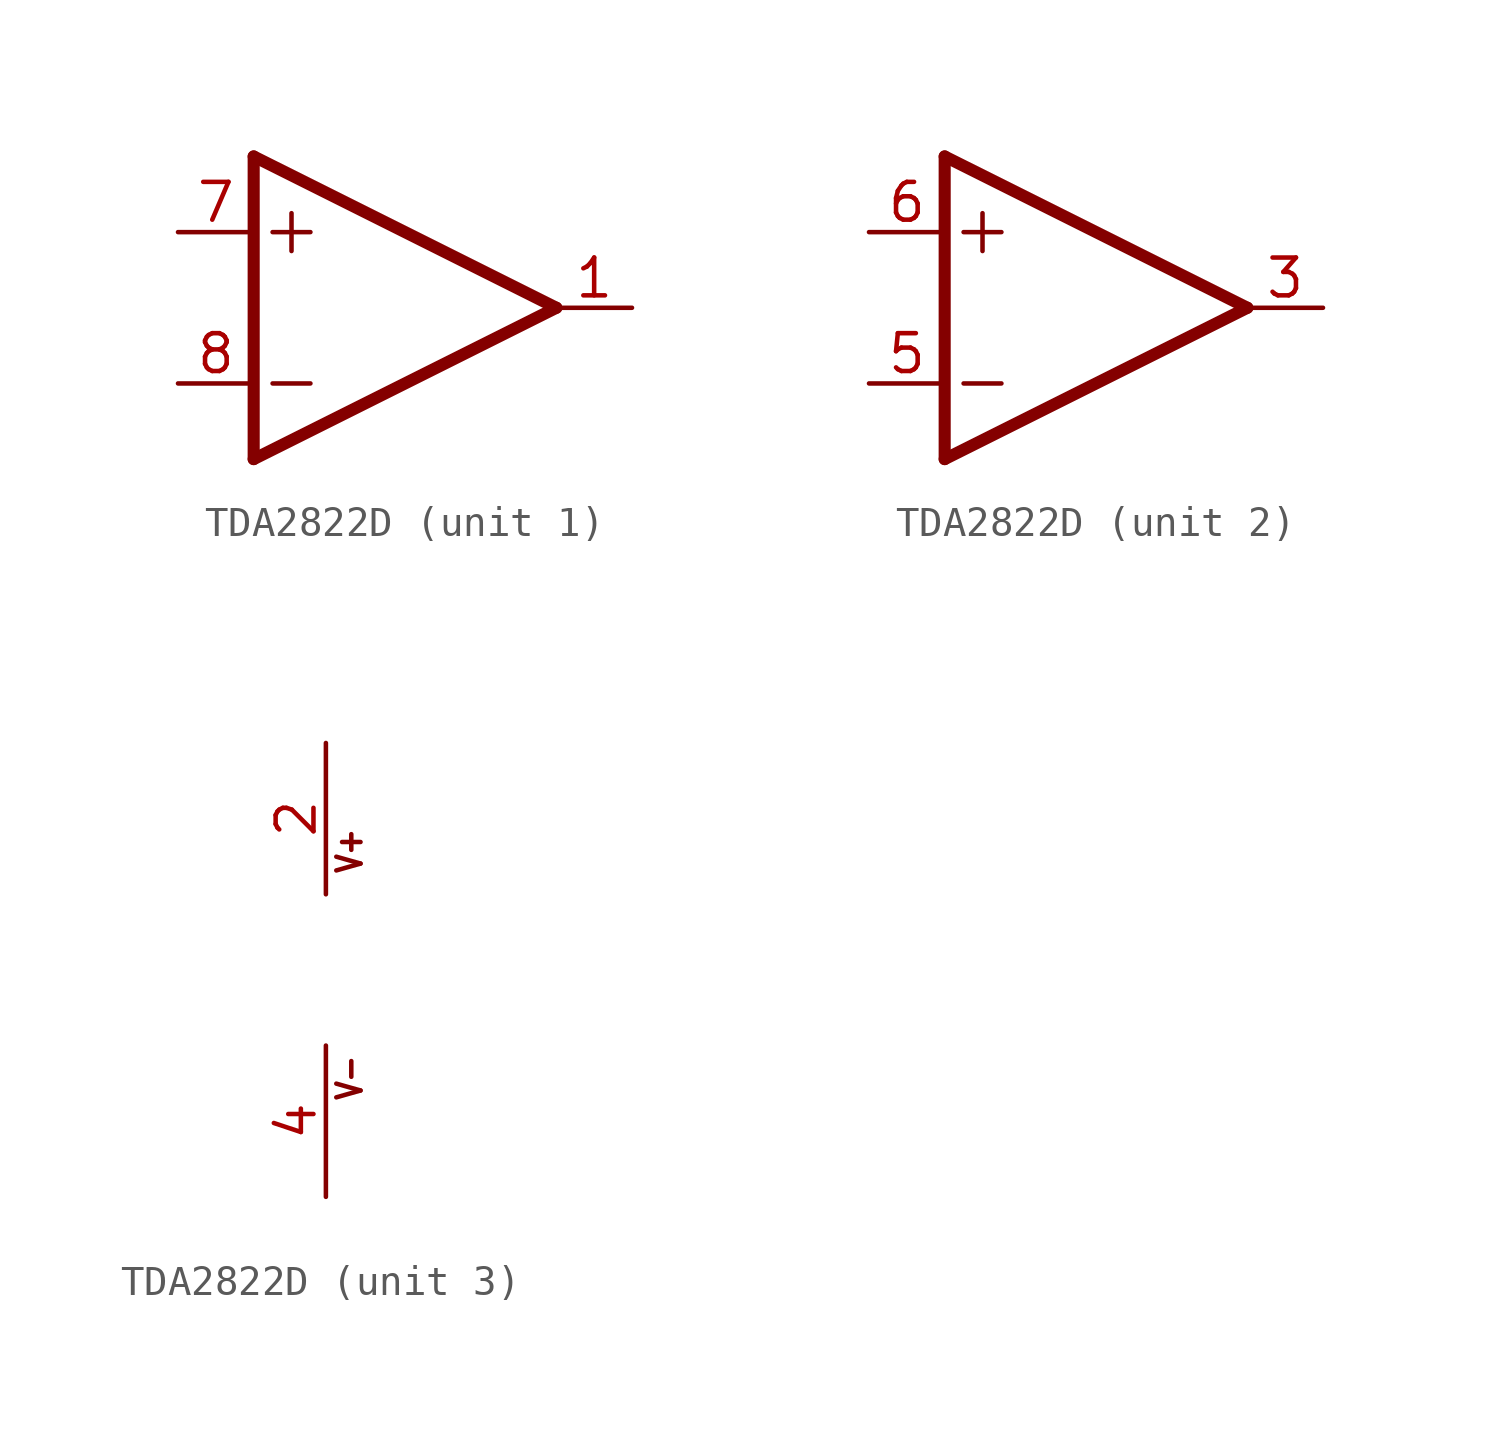
<source format=kicad_sym>
(kicad_symbol_lib
  (version 20211014)
  (generator kicad_symbol_editor)
  (symbol "TDA2822D"
    (property "Reference" "IC"
      (at 2.54 3.175 0)
      (effects (font (size 1.778 1.511)) (justify left bottom) hide))
    (property "ki_locked" ""
      (at 0 0 0)
      (effects (font (size 1.27 1.27))))
    (symbol "TDA2822D_1_0"
      (polyline (pts (xy -5.08 -5.08) (xy 5.08 0)) (stroke (width 0.406) (type default) (color 0 0 0 0)) (fill (type none)))
      (polyline (pts (xy -5.08 5.08) (xy -5.08 -5.08)) (stroke (width 0.406) (type default) (color 0 0 0 0)) (fill (type none)))
      (polyline (pts (xy -4.445 -2.54) (xy -3.175 -2.54)) (stroke (width 0.152) (type default) (color 0 0 0 0)) (fill (type none)))
      (polyline (pts (xy -4.445 2.54) (xy -3.175 2.54)) (stroke (width 0.152) (type default) (color 0 0 0 0)) (fill (type none)))
      (polyline (pts (xy -3.81 3.175) (xy -3.81 1.905)) (stroke (width 0.152) (type default) (color 0 0 0 0)) (fill (type none)))
      (polyline (pts (xy 5.08 0) (xy -5.08 5.08)) (stroke (width 0.406) (type default) (color 0 0 0 0)) (fill (type none)))
      (pin output line (at 7.62 0 180) (length 2.54) (name "OUT" (effects (font (size 0 0)))) (number "1" (effects (font (size 1.27 1.27)))))
      (pin input line (at -7.62 2.54 0) (length 2.54) (name "+IN" (effects (font (size 0 0)))) (number "7" (effects (font (size 1.27 1.27)))))
      (pin input line (at -7.62 -2.54 0) (length 2.54) (name "-IN" (effects (font (size 0 0)))) (number "8" (effects (font (size 1.27 1.27))))))
    (symbol "TDA2822D_2_0"
      (polyline (pts (xy -5.08 -5.08) (xy 5.08 0)) (stroke (width 0.406) (type default) (color 0 0 0 0)) (fill (type none)))
      (polyline (pts (xy -5.08 5.08) (xy -5.08 -5.08)) (stroke (width 0.406) (type default) (color 0 0 0 0)) (fill (type none)))
      (polyline (pts (xy -4.445 -2.54) (xy -3.175 -2.54)) (stroke (width 0.152) (type default) (color 0 0 0 0)) (fill (type none)))
      (polyline (pts (xy -4.445 2.54) (xy -3.175 2.54)) (stroke (width 0.152) (type default) (color 0 0 0 0)) (fill (type none)))
      (polyline (pts (xy -3.81 3.175) (xy -3.81 1.905)) (stroke (width 0.152) (type default) (color 0 0 0 0)) (fill (type none)))
      (polyline (pts (xy 5.08 0) (xy -5.08 5.08)) (stroke (width 0.406) (type default) (color 0 0 0 0)) (fill (type none)))
      (pin output line (at 7.62 0 180) (length 2.54) (name "OUT" (effects (font (size 0 0)))) (number "3" (effects (font (size 1.27 1.27)))))
      (pin input line (at -7.62 -2.54 0) (length 2.54) (name "-IN" (effects (font (size 0 0)))) (number "5" (effects (font (size 1.27 1.27)))))
      (pin input line (at -7.62 2.54 0) (length 2.54) (name "+IN" (effects (font (size 0 0)))) (number "6" (effects (font (size 1.27 1.27))))))
    (symbol "TDA2822D_3_0"
      (text "V+" (at 1.27 3.175 900) (effects (font (size 0.813 0.691)) (justify left bottom)))
      (text "V-" (at 1.27 -4.445 900) (effects (font (size 0.813 0.691)) (justify left bottom)))
      (pin power_in line (at 0 7.62 270) (length 5.08) (name "V+" (effects (font (size 0 0)))) (number "2" (effects (font (size 1.27 1.27)))))
      (pin power_in line (at 0 -7.62 90) (length 5.08) (name "V-" (effects (font (size 0 0)))) (number "4" (effects (font (size 1.27 1.27))))))))
</source>
